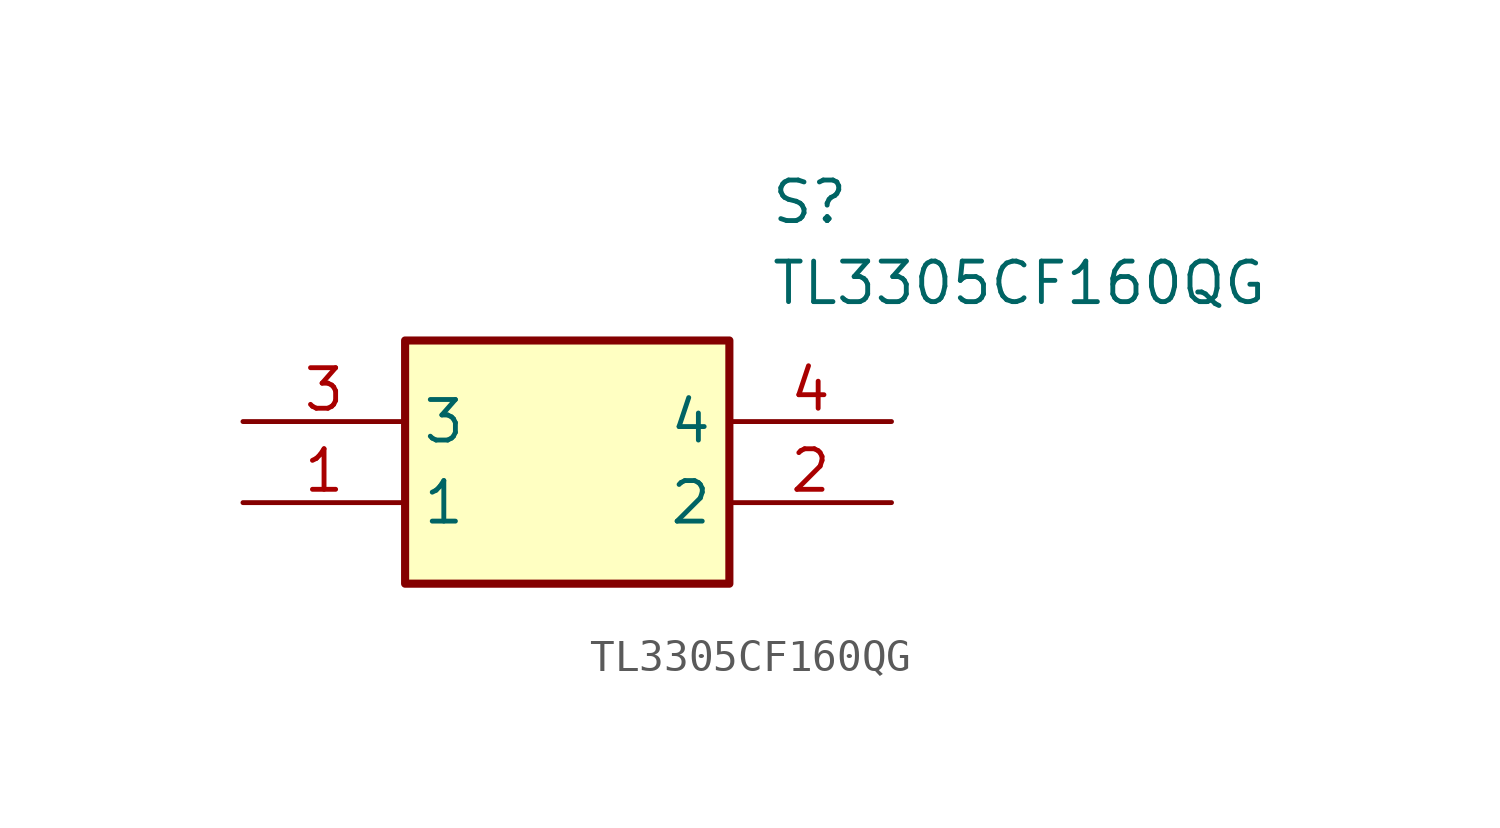
<source format=kicad_sym>
(kicad_symbol_lib
  (version 20211014)
  (generator SamacSys_ECAD_Model)
  (symbol "TL3305CF160QG"
    (property "Reference" "S"
      (at 16.51 7.62 0)
      (effects (font (size 1.27 1.27)) (justify left top)))
    (property "Value" "TL3305CF160QG"
      (at 16.51 5.08 0)
      (effects (font (size 1.27 1.27)) (justify left top)))
    (rectangle
      (start 5.08 2.54)
      (end 15.24 -5.08)
      (stroke (width 0.254) (type default))
      (fill (type background)))
    (pin passive line
      (at 0 -2.54 0)
      (length 5.08)
      (name "1" (effects (font (size 1.27 1.27))))
      (number "1" (effects (font (size 1.27 1.27)))))
    (pin passive line
      (at 20.32 -2.54 180)
      (length 5.08)
      (name "2" (effects (font (size 1.27 1.27))))
      (number "2" (effects (font (size 1.27 1.27)))))
    (pin passive line
      (at 0 0 0)
      (length 5.08)
      (name "3" (effects (font (size 1.27 1.27))))
      (number "3" (effects (font (size 1.27 1.27)))))
    (pin passive line
      (at 20.32 0 180)
      (length 5.08)
      (name "4" (effects (font (size 1.27 1.27))))
      (number "4" (effects (font (size 1.27 1.27)))))))
</source>
